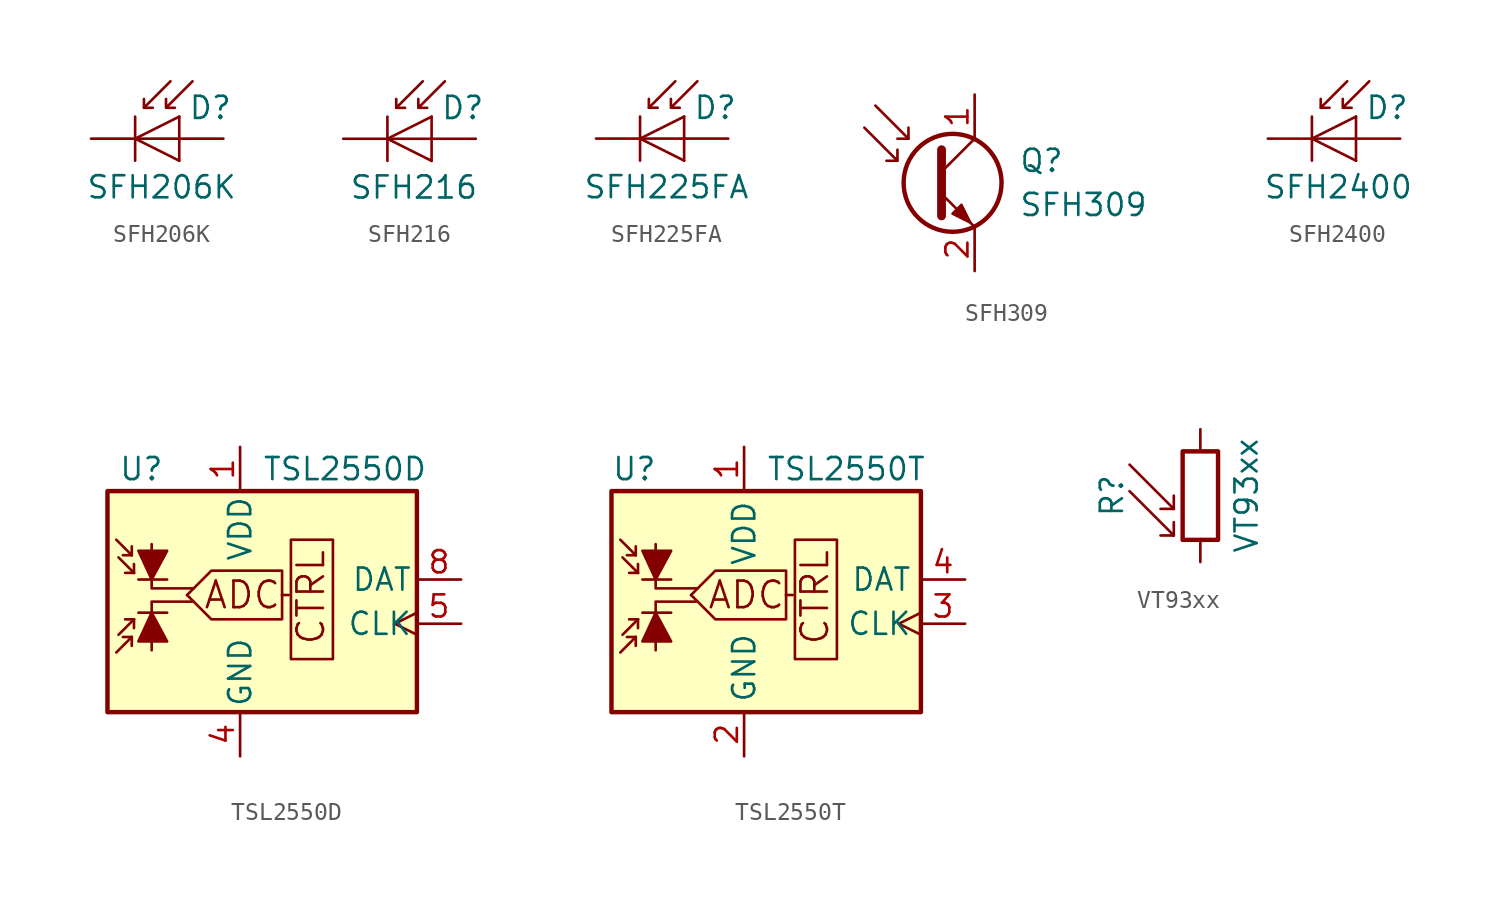
<source format=kicad_sym>
(kicad_symbol_lib
  (version 20201005)
  (generator kicad_symbol_editor)
  (symbol "SFH206K"
    (pin_numbers hide)
    (pin_names hide)
    (property "Reference" "D"
      (at 0.508 1.778 0)
      (effects (font (size 1.27 1.27)) (justify left)))
    (property "Value" "SFH206K"
      (at -1.016 -2.794 0)
      (effects (font (size 1.27 1.27))))
    (symbol "SFH206K_0_1"
      (polyline (pts (xy -2.54 1.27) (xy -2.54 -1.27)) (stroke (width 0.152)) (fill (type none)))
      (polyline (pts (xy -2.032 1.778) (xy -1.524 1.778)) (stroke (width 0)) (fill (type none)))
      (polyline (pts (xy 0 -1.27) (xy 0 1.27)) (stroke (width 0)) (fill (type none)))
      (polyline (pts (xy 0 0) (xy -2.54 0)) (stroke (width 0)) (fill (type none)))
      (polyline (pts (xy -0.508 3.302) (xy -2.032 1.778) (xy -2.032 2.286)) (stroke (width 0)) (fill (type none)))
      (polyline (pts (xy 0 1.27) (xy -2.54 0) (xy 0 -1.27)) (stroke (width 0)) (fill (type none)))
      (polyline (pts (xy 0.762 3.302) (xy -0.762 1.778) (xy -0.762 2.286) (xy -0.762 1.778) (xy -0.254 1.778)) (stroke (width 0)) (fill (type none))))
    (symbol "SFH206K_1_1"
      (pin passive line (at -5.08 0 0) (length 2.54) (name "K" (effects (font (size 1.27 1.27)))) (number "1" (effects (font (size 1.27 1.27)))))
      (pin passive line (at 2.54 0 180) (length 2.54) (name "A" (effects (font (size 1.27 1.27)))) (number "2" (effects (font (size 1.27 1.27)))))))
  (symbol "SFH216"
    (pin_numbers hide)
    (pin_names hide)
    (property "Reference" "D"
      (at 0.508 1.778 0)
      (effects (font (size 1.27 1.27)) (justify left)))
    (property "Value" "SFH216"
      (at -1.016 -2.794 0)
      (effects (font (size 1.27 1.27))))
    (symbol "SFH216_0_1"
      (polyline (pts (xy -2.54 1.27) (xy -2.54 -1.27)) (stroke (width 0.152)) (fill (type none)))
      (polyline (pts (xy -2.032 1.778) (xy -1.524 1.778)) (stroke (width 0)) (fill (type none)))
      (polyline (pts (xy 0 -1.27) (xy 0 1.27)) (stroke (width 0)) (fill (type none)))
      (polyline (pts (xy 0 0) (xy -2.54 0)) (stroke (width 0)) (fill (type none)))
      (polyline (pts (xy -0.508 3.302) (xy -2.032 1.778) (xy -2.032 2.286)) (stroke (width 0)) (fill (type none)))
      (polyline (pts (xy 0 1.27) (xy -2.54 0) (xy 0 -1.27)) (stroke (width 0)) (fill (type none)))
      (polyline (pts (xy 0.762 3.302) (xy -0.762 1.778) (xy -0.762 2.286) (xy -0.762 1.778) (xy -0.254 1.778)) (stroke (width 0)) (fill (type none))))
    (symbol "SFH216_1_1"
      (pin passive line (at -5.08 0 0) (length 2.54) (name "K" (effects (font (size 1.27 1.27)))) (number "1" (effects (font (size 1.27 1.27)))))
      (pin passive line (at 2.54 0 180) (length 2.54) (name "A" (effects (font (size 1.27 1.27)))) (number "2" (effects (font (size 1.27 1.27)))))))
  (symbol "SFH225FA"
    (pin_numbers hide)
    (pin_names hide)
    (property "Reference" "D"
      (at 0.508 1.778 0)
      (effects (font (size 1.27 1.27)) (justify left)))
    (property "Value" "SFH225FA"
      (at -1.016 -2.794 0)
      (effects (font (size 1.27 1.27))))
    (symbol "SFH225FA_0_1"
      (polyline (pts (xy -2.54 1.27) (xy -2.54 -1.27)) (stroke (width 0.152)) (fill (type none)))
      (polyline (pts (xy -2.032 1.778) (xy -1.524 1.778)) (stroke (width 0)) (fill (type none)))
      (polyline (pts (xy 0 -1.27) (xy 0 1.27)) (stroke (width 0)) (fill (type none)))
      (polyline (pts (xy 0 0) (xy -2.54 0)) (stroke (width 0)) (fill (type none)))
      (polyline (pts (xy -0.508 3.302) (xy -2.032 1.778) (xy -2.032 2.286)) (stroke (width 0)) (fill (type none)))
      (polyline (pts (xy 0 1.27) (xy -2.54 0) (xy 0 -1.27)) (stroke (width 0)) (fill (type none)))
      (polyline (pts (xy 0.762 3.302) (xy -0.762 1.778) (xy -0.762 2.286) (xy -0.762 1.778) (xy -0.254 1.778)) (stroke (width 0)) (fill (type none))))
    (symbol "SFH225FA_1_1"
      (pin passive line (at -5.08 0 0) (length 2.54) (name "K" (effects (font (size 1.27 1.27)))) (number "1" (effects (font (size 1.27 1.27)))))
      (pin passive line (at 2.54 0 180) (length 2.54) (name "A" (effects (font (size 1.27 1.27)))) (number "2" (effects (font (size 1.27 1.27)))))))
  (symbol "SFH309"
    (pin_names
      (offset 0) hide)
    (property "Reference" "Q"
      (at 5.08 1.27 0)
      (effects (font (size 1.27 1.27)) (justify left)))
    (property "Value" "SFH309"
      (at 5.08 -1.27 0)
      (effects (font (size 1.27 1.27)) (justify left)))
    (symbol "SFH309_0_1"
      (circle (center 1.27 0) (radius 2.819) (stroke (width 0.254)) (fill (type none)))
      (polyline (pts (xy -1.905 1.27) (xy -2.54 1.27)) (stroke (width 0)) (fill (type none)))
      (polyline (pts (xy -1.27 2.54) (xy -1.905 2.54)) (stroke (width 0)) (fill (type none)))
      (polyline (pts (xy 0.635 0.635) (xy 2.54 2.54)) (stroke (width 0)) (fill (type none)))
      (polyline (pts (xy -3.81 3.175) (xy -1.905 1.27) (xy -1.905 1.905)) (stroke (width 0)) (fill (type none)))
      (polyline (pts (xy -3.175 4.445) (xy -1.27 2.54) (xy -1.27 3.175)) (stroke (width 0)) (fill (type none)))
      (polyline (pts (xy 0.635 -0.635) (xy 2.54 -2.54) (xy 2.54 -2.54)) (stroke (width 0)) (fill (type none)))
      (polyline (pts (xy 0.635 1.905) (xy 0.635 -1.905) (xy 0.635 -1.905)) (stroke (width 0.508)) (fill (type none)))
      (polyline (pts (xy 1.27 -1.778) (xy 1.778 -1.27) (xy 2.286 -2.286) (xy 1.27 -1.778) (xy 1.27 -1.778)) (stroke (width 0)) (fill (type outline))))
    (symbol "SFH309_1_1"
      (pin passive line (at 2.54 5.08 270) (length 2.54) (name "C" (effects (font (size 1.27 1.27)))) (number "1" (effects (font (size 1.27 1.27)))))
      (pin passive line (at 2.54 -5.08 90) (length 2.54) (name "E" (effects (font (size 1.27 1.27)))) (number "2" (effects (font (size 1.27 1.27)))))))
  (symbol "SFH2400"
    (pin_numbers hide)
    (pin_names hide)
    (property "Reference" "D"
      (at 0.508 1.778 0)
      (effects (font (size 1.27 1.27)) (justify left)))
    (property "Value" "SFH2400"
      (at -1.016 -2.794 0)
      (effects (font (size 1.27 1.27))))
    (symbol "SFH2400_0_1"
      (polyline (pts (xy -2.54 1.27) (xy -2.54 -1.27)) (stroke (width 0.152)) (fill (type none)))
      (polyline (pts (xy -2.032 1.778) (xy -1.524 1.778)) (stroke (width 0)) (fill (type none)))
      (polyline (pts (xy 0 0) (xy -2.54 0)) (stroke (width 0)) (fill (type none)))
      (polyline (pts (xy 0 1.27) (xy 0 -1.27)) (stroke (width 0)) (fill (type none)))
      (polyline (pts (xy -0.508 3.302) (xy -2.032 1.778) (xy -2.032 2.286)) (stroke (width 0)) (fill (type none)))
      (polyline (pts (xy 0 1.27) (xy -2.54 0) (xy 0 -1.27)) (stroke (width 0)) (fill (type none)))
      (polyline (pts (xy 0.762 3.302) (xy -0.762 1.778) (xy -0.762 2.286) (xy -0.762 1.778) (xy -0.254 1.778)) (stroke (width 0)) (fill (type none))))
    (symbol "SFH2400_1_1"
      (pin passive line (at -5.08 0 0) (length 2.54) (name "K" (effects (font (size 1.27 1.27)))) (number "1" (effects (font (size 1.27 1.27)))))
      (pin passive line (at 2.54 0 180) (length 2.54) (name "A" (effects (font (size 1.27 1.27)))) (number "2" (effects (font (size 1.27 1.27)))))))
  (symbol "TSL2550D"
    (pin_names
      (offset 0.254))
    (property "Reference" "U"
      (at -6.985 6.35 0)
      (effects (font (size 1.27 1.27)) (justify left)))
    (property "Value" "TSL2550D"
      (at 1.27 6.35 0)
      (effects (font (size 1.27 1.27)) (justify left)))
    (symbol "TSL2550D_0_0"
      (text "ADC" (at 0.127 -0.889 0) (effects (font (size 1.524 1.524))))
      (text "CTRL" (at 4.064 -1.016 900) (effects (font (size 1.524 1.524))))
      (rectangle (start 2.921 2.286) (end 5.334 -4.572) (stroke (width 0)) (fill (type none)))
      (polyline (pts (xy 2.413 -0.889) (xy 2.794 -0.889)) (stroke (width 0)) (fill (type none)))
      (polyline (pts (xy -5.08 -4.064) (xy -5.08 -1.27) (xy -2.667 -1.27)) (stroke (width 0)) (fill (type none)))
      (polyline (pts (xy -5.08 2.032) (xy -5.08 -0.508) (xy -2.667 -0.508)) (stroke (width 0)) (fill (type none)))
      (polyline (pts (xy -3.048 -0.889) (xy -1.651 -2.286) (xy 2.413 -2.286) (xy 2.413 -0.889)) (stroke (width 0)) (fill (type none)))
      (polyline (pts (xy -3.048 -0.889) (xy -1.651 0.508) (xy 2.413 0.508) (xy 2.413 -0.889)) (stroke (width 0)) (fill (type none))))
    (symbol "TSL2550D_0_1"
      (rectangle (start 10.16 5.08) (end -7.62 -7.62) (stroke (width 0.254)) (fill (type background)))
      (polyline (pts (xy -6.223 -3.302) (xy -7.112 -4.191)) (stroke (width 0)) (fill (type none)))
      (polyline (pts (xy -6.223 -3.302) (xy -6.731 -3.302)) (stroke (width 0)) (fill (type none)))
      (polyline (pts (xy -6.223 -3.302) (xy -6.223 -3.81)) (stroke (width 0)) (fill (type none)))
      (polyline (pts (xy -6.223 1.397) (xy -7.112 2.286)) (stroke (width 0)) (fill (type none)))
      (polyline (pts (xy -6.223 1.397) (xy -6.731 1.397)) (stroke (width 0)) (fill (type none)))
      (polyline (pts (xy -6.223 1.397) (xy -6.223 1.905)) (stroke (width 0)) (fill (type none)))
      (polyline (pts (xy -6.096 -2.286) (xy -6.985 -3.175)) (stroke (width 0)) (fill (type none)))
      (polyline (pts (xy -6.096 -2.286) (xy -6.604 -2.286)) (stroke (width 0)) (fill (type none)))
      (polyline (pts (xy -6.096 -2.286) (xy -6.096 -2.794)) (stroke (width 0)) (fill (type none)))
      (polyline (pts (xy -6.096 0.381) (xy -6.985 1.27)) (stroke (width 0)) (fill (type none)))
      (polyline (pts (xy -6.096 0.381) (xy -6.604 0.381)) (stroke (width 0)) (fill (type none)))
      (polyline (pts (xy -6.096 0.381) (xy -6.096 0.889)) (stroke (width 0)) (fill (type none)))
      (polyline (pts (xy -5.842 -1.905) (xy -4.191 -1.905)) (stroke (width 0)) (fill (type none)))
      (polyline (pts (xy -5.842 0) (xy -4.191 0)) (stroke (width 0)) (fill (type none)))
      (polyline (pts (xy -5.842 -3.556) (xy -4.191 -3.556) (xy -5.08 -1.905) (xy -5.842 -3.556)) (stroke (width 0)) (fill (type outline)))
      (polyline (pts (xy -5.842 1.651) (xy -4.191 1.651) (xy -5.08 0) (xy -5.842 1.651)) (stroke (width 0)) (fill (type outline))))
    (symbol "TSL2550D_1_1"
      (pin power_in line (at 0 7.62 270) (length 2.54) (name "VDD" (effects (font (size 1.27 1.27)))) (number "1" (effects (font (size 1.27 1.27)))))
      (pin no_connect line (at -7.62 2.54 0) (length 2.54) hide (name "NC" (effects (font (size 1.27 1.27)))) (number "2" (effects (font (size 1.27 1.27)))))
      (pin no_connect line (at -7.62 0 0) (length 2.54) hide (name "NC" (effects (font (size 1.27 1.27)))) (number "3" (effects (font (size 1.27 1.27)))))
      (pin power_in line (at 0 -10.16 90) (length 2.54) (name "GND" (effects (font (size 1.27 1.27)))) (number "4" (effects (font (size 1.27 1.27)))))
      (pin input clock (at 12.7 -2.54 180) (length 2.54) (name "CLK" (effects (font (size 1.27 1.27)))) (number "5" (effects (font (size 1.27 1.27)))))
      (pin no_connect line (at -7.62 -2.54 0) (length 2.54) hide (name "NC" (effects (font (size 1.27 1.27)))) (number "6" (effects (font (size 1.27 1.27)))))
      (pin no_connect line (at -7.62 -5.08 0) (length 2.54) hide (name "NC" (effects (font (size 1.27 1.27)))) (number "7" (effects (font (size 1.27 1.27)))))
      (pin bidirectional line (at 12.7 0 180) (length 2.54) (name "DAT" (effects (font (size 1.27 1.27)))) (number "8" (effects (font (size 1.27 1.27)))))))
  (symbol "TSL2550T"
    (property "Reference" "U"
      (at -7.62 6.35 0)
      (effects (font (size 1.27 1.27)) (justify left)))
    (property "Value" "TSL2550T"
      (at 1.27 6.35 0)
      (effects (font (size 1.27 1.27)) (justify left)))
    (symbol "TSL2550T_0_0"
      (text "ADC" (at 0.127 -0.889 0) (effects (font (size 1.524 1.524))))
      (text "CTRL" (at 4.064 -1.016 900) (effects (font (size 1.524 1.524))))
      (rectangle (start 2.921 2.286) (end 5.334 -4.572) (stroke (width 0)) (fill (type none)))
      (polyline (pts (xy 2.413 -0.889) (xy 2.794 -0.889)) (stroke (width 0)) (fill (type none)))
      (polyline (pts (xy -5.08 -4.064) (xy -5.08 -1.27) (xy -2.667 -1.27)) (stroke (width 0)) (fill (type none)))
      (polyline (pts (xy -5.08 2.032) (xy -5.08 -0.508) (xy -2.667 -0.508)) (stroke (width 0)) (fill (type none)))
      (polyline (pts (xy -3.048 -0.889) (xy -1.651 -2.286) (xy 2.413 -2.286) (xy 2.413 -0.889)) (stroke (width 0)) (fill (type none)))
      (polyline (pts (xy -3.048 -0.889) (xy -1.651 0.508) (xy 2.413 0.508) (xy 2.413 -0.889)) (stroke (width 0)) (fill (type none))))
    (symbol "TSL2550T_0_1"
      (rectangle (start 10.16 5.08) (end -7.62 -7.62) (stroke (width 0.254)) (fill (type background)))
      (polyline (pts (xy -6.223 -3.302) (xy -7.112 -4.191)) (stroke (width 0)) (fill (type none)))
      (polyline (pts (xy -6.223 -3.302) (xy -6.731 -3.302)) (stroke (width 0)) (fill (type none)))
      (polyline (pts (xy -6.223 -3.302) (xy -6.223 -3.81)) (stroke (width 0)) (fill (type none)))
      (polyline (pts (xy -6.223 1.397) (xy -7.112 2.286)) (stroke (width 0)) (fill (type none)))
      (polyline (pts (xy -6.223 1.397) (xy -6.731 1.397)) (stroke (width 0)) (fill (type none)))
      (polyline (pts (xy -6.223 1.397) (xy -6.223 1.905)) (stroke (width 0)) (fill (type none)))
      (polyline (pts (xy -6.096 -2.286) (xy -6.985 -3.175)) (stroke (width 0)) (fill (type none)))
      (polyline (pts (xy -6.096 -2.286) (xy -6.604 -2.286)) (stroke (width 0)) (fill (type none)))
      (polyline (pts (xy -6.096 -2.286) (xy -6.096 -2.794)) (stroke (width 0)) (fill (type none)))
      (polyline (pts (xy -6.096 0.381) (xy -6.985 1.27)) (stroke (width 0)) (fill (type none)))
      (polyline (pts (xy -6.096 0.381) (xy -6.604 0.381)) (stroke (width 0)) (fill (type none)))
      (polyline (pts (xy -6.096 0.381) (xy -6.096 0.889)) (stroke (width 0)) (fill (type none)))
      (polyline (pts (xy -5.842 -1.905) (xy -4.191 -1.905)) (stroke (width 0)) (fill (type none)))
      (polyline (pts (xy -5.842 0) (xy -4.191 0)) (stroke (width 0)) (fill (type none)))
      (polyline (pts (xy -5.842 -3.556) (xy -4.191 -3.556) (xy -5.08 -1.905) (xy -5.842 -3.556)) (stroke (width 0)) (fill (type outline)))
      (polyline (pts (xy -5.842 1.651) (xy -4.191 1.651) (xy -5.08 0) (xy -5.842 1.651)) (stroke (width 0)) (fill (type outline))))
    (symbol "TSL2550T_1_1"
      (pin power_in line (at 0 7.62 270) (length 2.54) (name "VDD" (effects (font (size 1.27 1.27)))) (number "1" (effects (font (size 1.27 1.27)))))
      (pin power_in line (at 0 -10.16 90) (length 2.54) (name "GND" (effects (font (size 1.27 1.27)))) (number "2" (effects (font (size 1.27 1.27)))))
      (pin input clock (at 12.7 -2.54 180) (length 2.54) (name "CLK" (effects (font (size 1.27 1.27)))) (number "3" (effects (font (size 1.27 1.27)))))
      (pin bidirectional line (at 12.7 0 180) (length 2.54) (name "DAT" (effects (font (size 1.27 1.27)))) (number "4" (effects (font (size 1.27 1.27)))))))
  (symbol "VT93xx"
    (pin_numbers hide)
    (pin_names
      (offset 0))
    (property "Reference" "R"
      (at -5.08 0 90)
      (effects (font (size 1.27 1.27))))
    (property "Value" "VT93xx"
      (at 1.905 0 90)
      (effects (font (size 1.27 1.27)) (justify top)))
    (symbol "VT93xx_0_1"
      (rectangle (start -1.016 2.54) (end 1.016 -2.54) (stroke (width 0.254)) (fill (type none)))
      (polyline (pts (xy -1.524 -2.286) (xy -4.064 0.254)) (stroke (width 0)) (fill (type none)))
      (polyline (pts (xy -1.524 -2.286) (xy -2.286 -2.286)) (stroke (width 0)) (fill (type none)))
      (polyline (pts (xy -1.524 -2.286) (xy -1.524 -1.524)) (stroke (width 0)) (fill (type none)))
      (polyline (pts (xy -1.524 -0.762) (xy -4.064 1.778)) (stroke (width 0)) (fill (type none)))
      (polyline (pts (xy -1.524 -0.762) (xy -2.286 -0.762)) (stroke (width 0)) (fill (type none)))
      (polyline (pts (xy -1.524 -0.762) (xy -1.524 0)) (stroke (width 0)) (fill (type none))))
    (symbol "VT93xx_1_1"
      (pin passive line (at 0 3.81 270) (length 1.27) (name "~" (effects (font (size 1.27 1.27)))) (number "1" (effects (font (size 1.27 1.27)))))
      (pin passive line (at 0 -3.81 90) (length 1.27) (name "~" (effects (font (size 1.27 1.27)))) (number "2" (effects (font (size 1.27 1.27))))))))
</source>
